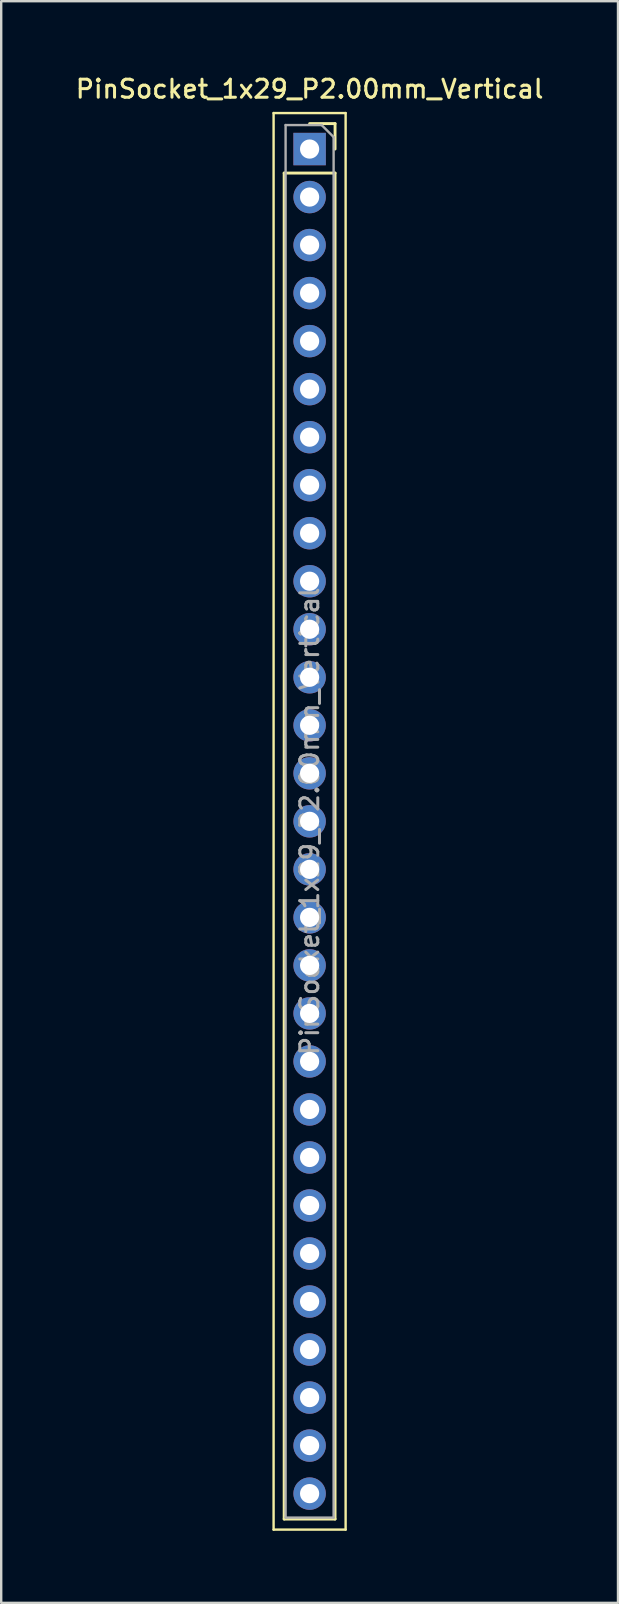
<source format=kicad_pcb>
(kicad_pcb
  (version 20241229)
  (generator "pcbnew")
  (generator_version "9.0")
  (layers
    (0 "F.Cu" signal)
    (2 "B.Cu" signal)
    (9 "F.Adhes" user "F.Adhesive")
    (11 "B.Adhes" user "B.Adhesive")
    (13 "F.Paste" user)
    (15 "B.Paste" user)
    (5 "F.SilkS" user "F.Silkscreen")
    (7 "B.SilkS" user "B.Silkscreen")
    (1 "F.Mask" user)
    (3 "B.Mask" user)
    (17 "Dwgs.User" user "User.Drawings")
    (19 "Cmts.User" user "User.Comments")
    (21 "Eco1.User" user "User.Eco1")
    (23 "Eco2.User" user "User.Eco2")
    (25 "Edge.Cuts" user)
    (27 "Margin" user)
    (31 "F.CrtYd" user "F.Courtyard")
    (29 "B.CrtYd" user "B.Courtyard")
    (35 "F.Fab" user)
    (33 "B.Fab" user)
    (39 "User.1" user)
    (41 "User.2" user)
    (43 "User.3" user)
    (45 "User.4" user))
  (footprint "PinSocket_1x29_P2.00mm_Vertical"
    (layer "F.Cu")
    (at 9.845 3.158)
    (property "Reference" "PinSocket_1x29_P2.00mm_Vertical" (at 0 -2.5 0) (layer "F.SilkS") (effects (font (size 0.75 0.75) (thickness 0.125))))
    (attr through_hole)
    (fp_line (start -1.5 -1.5) (end 1.5 -1.5) (stroke (width 0.1) (type solid)) (layer "F.SilkS"))
    (fp_line (start -1.5 57.5) (end -1.5 -1.5) (stroke (width 0.1) (type solid)) (layer "F.SilkS"))
    (fp_line (start -1.06 1) (end -1.06 57.06) (stroke (width 0.12) (type solid)) (layer "F.SilkS"))
    (fp_line (start -1.06 1) (end 1.06 1) (stroke (width 0.12) (type solid)) (layer "F.SilkS"))
    (fp_line (start -1.06 57.06) (end 1.06 57.06) (stroke (width 0.12) (type solid)) (layer "F.SilkS"))
    (fp_line (start 0 -1.06) (end 1.06 -1.06) (stroke (width 0.12) (type solid)) (layer "F.SilkS"))
    (fp_line (start 1.06 -1.06) (end 1.06 0) (stroke (width 0.12) (type solid)) (layer "F.SilkS"))
    (fp_line (start 1.06 1) (end 1.06 57.06) (stroke (width 0.12) (type solid)) (layer "F.SilkS"))
    (fp_line (start 1.5 -1.5) (end 1.5 57.5) (stroke (width 0.1) (type solid)) (layer "F.SilkS"))
    (fp_line (start 1.5 57.5) (end -1.5 57.5) (stroke (width 0.1) (type solid)) (layer "F.SilkS"))
    (fp_line (start -1 -1) (end 0.5 -1) (stroke (width 0.1) (type solid)) (layer "F.Fab"))
    (fp_line (start -1 57) (end -1 -1) (stroke (width 0.1) (type solid)) (layer "F.Fab"))
    (fp_line (start 0.5 -1) (end 1 -0.5) (stroke (width 0.1) (type solid)) (layer "F.Fab"))
    (fp_line (start 1 -0.5) (end 1 57) (stroke (width 0.1) (type solid)) (layer "F.Fab"))
    (fp_line (start 1 57) (end -1 57) (stroke (width 0.1) (type solid)) (layer "F.Fab"))
    (fp_text user "${REFERENCE}" (at 0 28 90) (layer "F.Fab") (effects (font (size 0.75 0.75) (thickness 0.125))))
    (pad "1" thru_hole rect (at 0 0) (size 1.35 1.35) (drill 0.8) (layers "*.Cu" "*.Mask"))
    (pad "2" thru_hole oval (at 0 2) (size 1.35 1.35) (drill 0.8) (layers "*.Cu" "*.Mask"))
    (pad "3" thru_hole oval (at 0 4) (size 1.35 1.35) (drill 0.8) (layers "*.Cu" "*.Mask"))
    (pad "4" thru_hole oval (at 0 6) (size 1.35 1.35) (drill 0.8) (layers "*.Cu" "*.Mask"))
    (pad "5" thru_hole oval (at 0 8) (size 1.35 1.35) (drill 0.8) (layers "*.Cu" "*.Mask"))
    (pad "6" thru_hole oval (at 0 10) (size 1.35 1.35) (drill 0.8) (layers "*.Cu" "*.Mask"))
    (pad "7" thru_hole oval (at 0 12) (size 1.35 1.35) (drill 0.8) (layers "*.Cu" "*.Mask"))
    (pad "8" thru_hole oval (at 0 14) (size 1.35 1.35) (drill 0.8) (layers "*.Cu" "*.Mask"))
    (pad "9" thru_hole oval (at 0 16) (size 1.35 1.35) (drill 0.8) (layers "*.Cu" "*.Mask"))
    (pad "10" thru_hole oval (at 0 18) (size 1.35 1.35) (drill 0.8) (layers "*.Cu" "*.Mask"))
    (pad "11" thru_hole oval (at 0 20) (size 1.35 1.35) (drill 0.8) (layers "*.Cu" "*.Mask"))
    (pad "12" thru_hole oval (at 0 22) (size 1.35 1.35) (drill 0.8) (layers "*.Cu" "*.Mask"))
    (pad "13" thru_hole oval (at 0 24) (size 1.35 1.35) (drill 0.8) (layers "*.Cu" "*.Mask"))
    (pad "14" thru_hole oval (at 0 26) (size 1.35 1.35) (drill 0.8) (layers "*.Cu" "*.Mask"))
    (pad "15" thru_hole oval (at 0 28) (size 1.35 1.35) (drill 0.8) (layers "*.Cu" "*.Mask"))
    (pad "16" thru_hole oval (at 0 30) (size 1.35 1.35) (drill 0.8) (layers "*.Cu" "*.Mask"))
    (pad "17" thru_hole oval (at 0 32) (size 1.35 1.35) (drill 0.8) (layers "*.Cu" "*.Mask"))
    (pad "18" thru_hole oval (at 0 34) (size 1.35 1.35) (drill 0.8) (layers "*.Cu" "*.Mask"))
    (pad "19" thru_hole oval (at 0 36) (size 1.35 1.35) (drill 0.8) (layers "*.Cu" "*.Mask"))
    (pad "20" thru_hole oval (at 0 38) (size 1.35 1.35) (drill 0.8) (layers "*.Cu" "*.Mask"))
    (pad "21" thru_hole oval (at 0 40) (size 1.35 1.35) (drill 0.8) (layers "*.Cu" "*.Mask"))
    (pad "22" thru_hole oval (at 0 42) (size 1.35 1.35) (drill 0.8) (layers "*.Cu" "*.Mask"))
    (pad "23" thru_hole oval (at 0 44) (size 1.35 1.35) (drill 0.8) (layers "*.Cu" "*.Mask"))
    (pad "24" thru_hole oval (at 0 46) (size 1.35 1.35) (drill 0.8) (layers "*.Cu" "*.Mask"))
    (pad "25" thru_hole oval (at 0 48) (size 1.35 1.35) (drill 0.8) (layers "*.Cu" "*.Mask"))
    (pad "26" thru_hole oval (at 0 50) (size 1.35 1.35) (drill 0.8) (layers "*.Cu" "*.Mask"))
    (pad "27" thru_hole oval (at 0 52) (size 1.35 1.35) (drill 0.8) (layers "*.Cu" "*.Mask"))
    (pad "28" thru_hole oval (at 0 54) (size 1.35 1.35) (drill 0.8) (layers "*.Cu" "*.Mask"))
    (pad "29" thru_hole oval (at 0 56) (size 1.35 1.35) (drill 0.8) (layers "*.Cu" "*.Mask")))
  (gr_rect
    (start -3 -3)
    (end 22.689 63.708)
    (stroke (width 0.1) (type default))
    (fill no)
    (layer "Edge.Cuts")))
</source>
